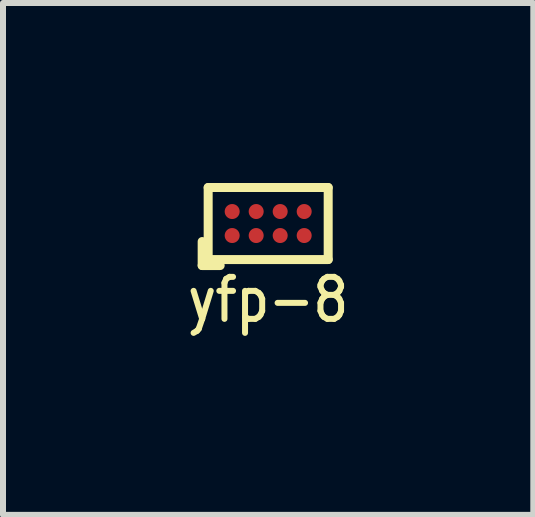
<source format=kicad_pcb>
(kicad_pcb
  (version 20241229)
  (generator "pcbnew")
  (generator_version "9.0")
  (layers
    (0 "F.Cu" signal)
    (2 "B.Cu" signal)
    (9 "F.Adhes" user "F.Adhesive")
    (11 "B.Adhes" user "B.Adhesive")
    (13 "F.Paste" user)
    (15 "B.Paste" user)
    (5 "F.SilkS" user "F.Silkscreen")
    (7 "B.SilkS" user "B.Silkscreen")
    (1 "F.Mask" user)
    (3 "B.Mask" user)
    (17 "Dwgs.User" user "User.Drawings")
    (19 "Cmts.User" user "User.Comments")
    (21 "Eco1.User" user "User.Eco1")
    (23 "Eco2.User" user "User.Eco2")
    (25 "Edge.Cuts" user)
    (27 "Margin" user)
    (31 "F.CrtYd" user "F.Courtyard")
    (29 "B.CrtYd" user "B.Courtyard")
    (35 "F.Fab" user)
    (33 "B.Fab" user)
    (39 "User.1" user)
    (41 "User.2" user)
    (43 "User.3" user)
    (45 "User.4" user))
  (footprint "yfp-8"
    (layer "F.Cu")
    (at 1.419 0.675)
    (property "Reference" "yfp-8" (at 0 1.27 0) (layer "F.SilkS") (effects (font (size 0.7 0.6) (thickness 0.1))))
    (attr through_hole)
    (fp_line (start -1.1 0.3) (end -1.1 0.7) (stroke (width 0.15) (type solid)) (layer "F.SilkS"))
    (fp_line (start -1.1 0.7) (end -0.8 0.7) (stroke (width 0.15) (type solid)) (layer "F.SilkS"))
    (fp_line (start -1 -0.6) (end -1 0.6) (stroke (width 0.15) (type solid)) (layer "F.SilkS"))
    (fp_line (start -1 0.6) (end 1 0.6) (stroke (width 0.15) (type solid)) (layer "F.SilkS"))
    (fp_line (start 1 -0.6) (end -1 -0.6) (stroke (width 0.15) (type solid)) (layer "F.SilkS"))
    (fp_line (start 1 0.6) (end 1 -0.6) (stroke (width 0.15) (type solid)) (layer "F.SilkS"))
    (pad "A1" smd circle (at -0.6 0.2) (size 0.25 0.25) (layers "F.Cu" "F.Mask" "F.Paste"))
    (pad "A2" smd circle (at -0.6 -0.2) (size 0.25 0.25) (layers "F.Cu" "F.Mask" "F.Paste"))
    (pad "B1" smd circle (at -0.2 0.2) (size 0.25 0.25) (layers "F.Cu" "F.Mask" "F.Paste"))
    (pad "B2" smd circle (at -0.2 -0.2) (size 0.25 0.25) (layers "F.Cu" "F.Mask" "F.Paste"))
    (pad "C1" smd circle (at 0.2 0.2) (size 0.25 0.25) (layers "F.Cu" "F.Mask" "F.Paste"))
    (pad "C2" smd circle (at 0.2 -0.2) (size 0.25 0.25) (layers "F.Cu" "F.Mask" "F.Paste"))
    (pad "D1" smd circle (at 0.6 0.2) (size 0.25 0.25) (layers "F.Cu" "F.Mask" "F.Paste"))
    (pad "D2" smd circle (at 0.6 -0.2) (size 0.25 0.25) (layers "F.Cu" "F.Mask" "F.Paste")))
  (gr_rect
    (start -3 -3)
    (end 5.837 5.53)
    (stroke (width 0.1) (type default))
    (fill no)
    (layer "Edge.Cuts")))
</source>
